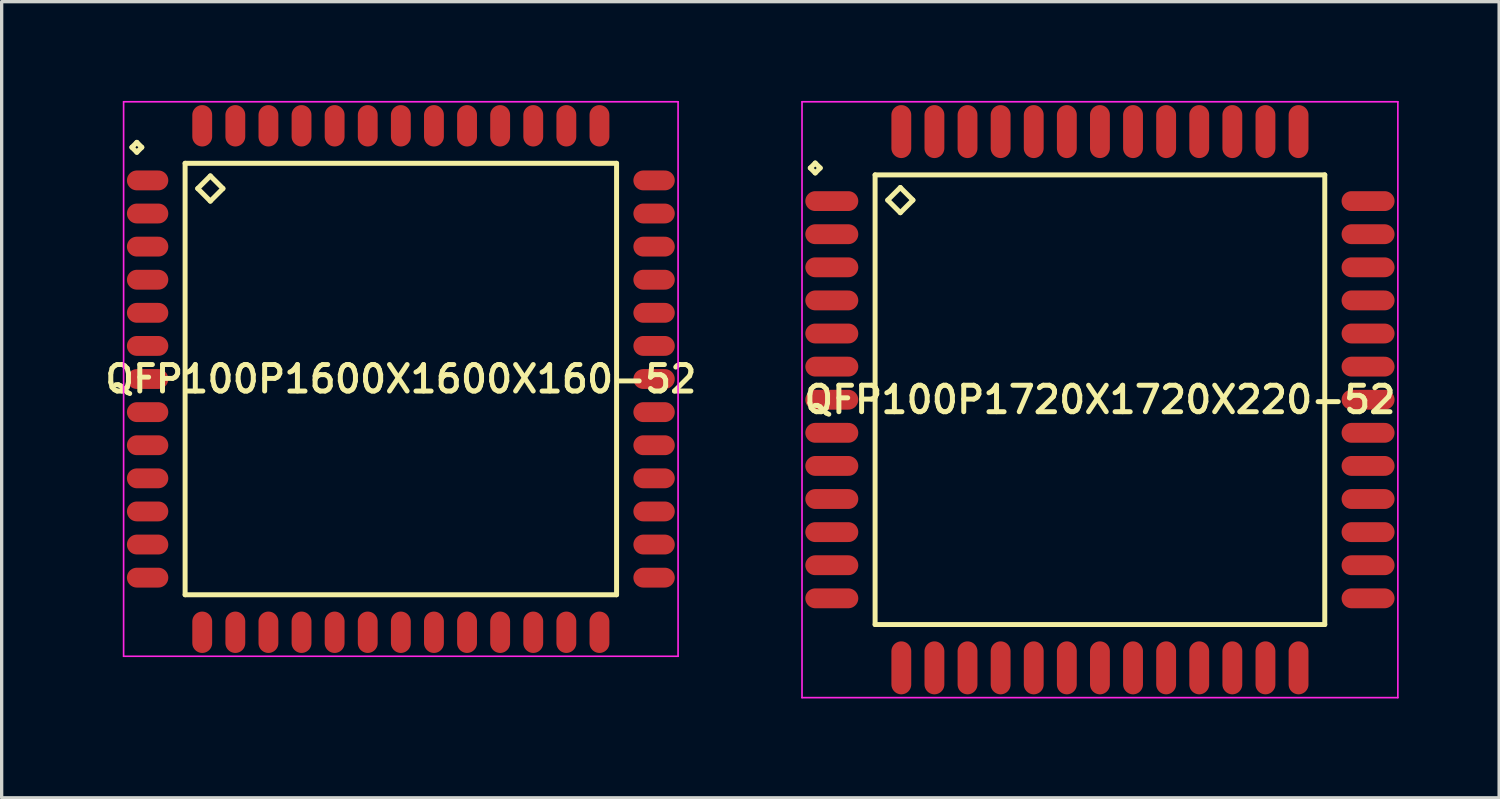
<source format=kicad_pcb>
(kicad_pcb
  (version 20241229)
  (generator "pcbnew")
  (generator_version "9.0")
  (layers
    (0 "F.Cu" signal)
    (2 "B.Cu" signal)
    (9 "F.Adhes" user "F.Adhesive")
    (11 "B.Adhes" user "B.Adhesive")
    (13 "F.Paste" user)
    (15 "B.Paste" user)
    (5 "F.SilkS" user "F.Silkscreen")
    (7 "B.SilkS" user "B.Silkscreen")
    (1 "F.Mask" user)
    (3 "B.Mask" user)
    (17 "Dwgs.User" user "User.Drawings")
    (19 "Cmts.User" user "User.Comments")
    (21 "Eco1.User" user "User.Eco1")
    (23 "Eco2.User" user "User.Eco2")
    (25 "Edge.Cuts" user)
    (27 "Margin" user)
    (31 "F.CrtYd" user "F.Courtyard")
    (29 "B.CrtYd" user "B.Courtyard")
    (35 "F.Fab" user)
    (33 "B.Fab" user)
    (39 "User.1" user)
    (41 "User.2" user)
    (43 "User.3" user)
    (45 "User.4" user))
  (footprint "QFP100P1600X1600X160-52"
    (layer "F.Cu")
    (at 9.059 8.4)
    (property "Reference" "QFP100P1600X1600X160-52" (at 0 0 0) (layer "F.SilkS") (effects (font (size 0.8 0.8) (thickness 0.15))))
    (attr smd)
    (fp_line (start -8.125 -7) (end -7.975 -7.15) (stroke (width 0.15) (type solid)) (layer "F.SilkS"))
    (fp_line (start -7.975 -7.15) (end -7.825 -7) (stroke (width 0.15) (type solid)) (layer "F.SilkS"))
    (fp_line (start -7.975 -6.85) (end -8.125 -7) (stroke (width 0.15) (type solid)) (layer "F.SilkS"))
    (fp_line (start -7.825 -7) (end -7.975 -6.85) (stroke (width 0.15) (type solid)) (layer "F.SilkS"))
    (fp_line (start -6.517 -6.517) (end -6.517 6.517) (stroke (width 0.15) (type solid)) (layer "F.SilkS"))
    (fp_line (start -6.517 6.517) (end 6.517 6.517) (stroke (width 0.15) (type solid)) (layer "F.SilkS"))
    (fp_line (start -6.136 -5.755) (end -5.755 -6.136) (stroke (width 0.15) (type solid)) (layer "F.SilkS"))
    (fp_line (start -5.755 -6.136) (end -5.374 -5.755) (stroke (width 0.15) (type solid)) (layer "F.SilkS"))
    (fp_line (start -5.755 -5.374) (end -6.136 -5.755) (stroke (width 0.15) (type solid)) (layer "F.SilkS"))
    (fp_line (start -5.374 -5.755) (end -5.755 -5.374) (stroke (width 0.15) (type solid)) (layer "F.SilkS"))
    (fp_line (start 6.517 -6.517) (end -6.517 -6.517) (stroke (width 0.15) (type solid)) (layer "F.SilkS"))
    (fp_line (start 6.517 6.517) (end 6.517 -6.517) (stroke (width 0.15) (type solid)) (layer "F.SilkS"))
    (fp_line (start -8.375 -8.375) (end 8.375 -8.375) (stroke (width 0.05) (type solid)) (layer "F.CrtYd"))
    (fp_line (start -8.375 8.375) (end -8.375 -8.375) (stroke (width 0.05) (type solid)) (layer "F.CrtYd"))
    (fp_line (start 8.375 -8.375) (end 8.375 8.375) (stroke (width 0.05) (type solid)) (layer "F.CrtYd"))
    (fp_line (start 8.375 8.375) (end -8.375 8.375) (stroke (width 0.05) (type solid)) (layer "F.CrtYd"))
    (pad "1" smd oval (at -7.65 -6) (size 1.25 0.6) (layers "F.Cu" "F.Mask" "F.Paste"))
    (pad "2" smd oval (at -7.65 -5) (size 1.25 0.6) (layers "F.Cu" "F.Mask" "F.Paste"))
    (pad "3" smd oval (at -7.65 -4) (size 1.25 0.6) (layers "F.Cu" "F.Mask" "F.Paste"))
    (pad "4" smd oval (at -7.65 -3) (size 1.25 0.6) (layers "F.Cu" "F.Mask" "F.Paste"))
    (pad "5" smd oval (at -7.65 -2) (size 1.25 0.6) (layers "F.Cu" "F.Mask" "F.Paste"))
    (pad "6" smd oval (at -7.65 -1) (size 1.25 0.6) (layers "F.Cu" "F.Mask" "F.Paste"))
    (pad "7" smd oval (at -7.65 0) (size 1.25 0.6) (layers "F.Cu" "F.Mask" "F.Paste"))
    (pad "8" smd oval (at -7.65 1) (size 1.25 0.6) (layers "F.Cu" "F.Mask" "F.Paste"))
    (pad "9" smd oval (at -7.65 2) (size 1.25 0.6) (layers "F.Cu" "F.Mask" "F.Paste"))
    (pad "10" smd oval (at -7.65 3) (size 1.25 0.6) (layers "F.Cu" "F.Mask" "F.Paste"))
    (pad "11" smd oval (at -7.65 4) (size 1.25 0.6) (layers "F.Cu" "F.Mask" "F.Paste"))
    (pad "12" smd oval (at -7.65 5) (size 1.25 0.6) (layers "F.Cu" "F.Mask" "F.Paste"))
    (pad "13" smd oval (at -7.65 6) (size 1.25 0.6) (layers "F.Cu" "F.Mask" "F.Paste"))
    (pad "14" smd oval (at -6 7.65) (size 0.6 1.25) (layers "F.Cu" "F.Mask" "F.Paste"))
    (pad "15" smd oval (at -5 7.65) (size 0.6 1.25) (layers "F.Cu" "F.Mask" "F.Paste"))
    (pad "16" smd oval (at -4 7.65) (size 0.6 1.25) (layers "F.Cu" "F.Mask" "F.Paste"))
    (pad "17" smd oval (at -3 7.65) (size 0.6 1.25) (layers "F.Cu" "F.Mask" "F.Paste"))
    (pad "18" smd oval (at -2 7.65) (size 0.6 1.25) (layers "F.Cu" "F.Mask" "F.Paste"))
    (pad "19" smd oval (at -1 7.65) (size 0.6 1.25) (layers "F.Cu" "F.Mask" "F.Paste"))
    (pad "20" smd oval (at 0 7.65) (size 0.6 1.25) (layers "F.Cu" "F.Mask" "F.Paste"))
    (pad "21" smd oval (at 1 7.65) (size 0.6 1.25) (layers "F.Cu" "F.Mask" "F.Paste"))
    (pad "22" smd oval (at 2 7.65) (size 0.6 1.25) (layers "F.Cu" "F.Mask" "F.Paste"))
    (pad "23" smd oval (at 3 7.65) (size 0.6 1.25) (layers "F.Cu" "F.Mask" "F.Paste"))
    (pad "24" smd oval (at 4 7.65) (size 0.6 1.25) (layers "F.Cu" "F.Mask" "F.Paste"))
    (pad "25" smd oval (at 5 7.65) (size 0.6 1.25) (layers "F.Cu" "F.Mask" "F.Paste"))
    (pad "26" smd oval (at 6 7.65) (size 0.6 1.25) (layers "F.Cu" "F.Mask" "F.Paste"))
    (pad "27" smd oval (at 7.65 6) (size 1.25 0.6) (layers "F.Cu" "F.Mask" "F.Paste"))
    (pad "28" smd oval (at 7.65 5) (size 1.25 0.6) (layers "F.Cu" "F.Mask" "F.Paste"))
    (pad "29" smd oval (at 7.65 4) (size 1.25 0.6) (layers "F.Cu" "F.Mask" "F.Paste"))
    (pad "30" smd oval (at 7.65 3) (size 1.25 0.6) (layers "F.Cu" "F.Mask" "F.Paste"))
    (pad "31" smd oval (at 7.65 2) (size 1.25 0.6) (layers "F.Cu" "F.Mask" "F.Paste"))
    (pad "32" smd oval (at 7.65 1) (size 1.25 0.6) (layers "F.Cu" "F.Mask" "F.Paste"))
    (pad "33" smd oval (at 7.65 0) (size 1.25 0.6) (layers "F.Cu" "F.Mask" "F.Paste"))
    (pad "34" smd oval (at 7.65 -1) (size 1.25 0.6) (layers "F.Cu" "F.Mask" "F.Paste"))
    (pad "35" smd oval (at 7.65 -2) (size 1.25 0.6) (layers "F.Cu" "F.Mask" "F.Paste"))
    (pad "36" smd oval (at 7.65 -3) (size 1.25 0.6) (layers "F.Cu" "F.Mask" "F.Paste"))
    (pad "37" smd oval (at 7.65 -4) (size 1.25 0.6) (layers "F.Cu" "F.Mask" "F.Paste"))
    (pad "38" smd oval (at 7.65 -5) (size 1.25 0.6) (layers "F.Cu" "F.Mask" "F.Paste"))
    (pad "39" smd oval (at 7.65 -6) (size 1.25 0.6) (layers "F.Cu" "F.Mask" "F.Paste"))
    (pad "40" smd oval (at 6 -7.65) (size 0.6 1.25) (layers "F.Cu" "F.Mask" "F.Paste"))
    (pad "41" smd oval (at 5 -7.65) (size 0.6 1.25) (layers "F.Cu" "F.Mask" "F.Paste"))
    (pad "42" smd oval (at 4 -7.65) (size 0.6 1.25) (layers "F.Cu" "F.Mask" "F.Paste"))
    (pad "43" smd oval (at 3 -7.65) (size 0.6 1.25) (layers "F.Cu" "F.Mask" "F.Paste"))
    (pad "44" smd oval (at 2 -7.65) (size 0.6 1.25) (layers "F.Cu" "F.Mask" "F.Paste"))
    (pad "45" smd oval (at 1 -7.65) (size 0.6 1.25) (layers "F.Cu" "F.Mask" "F.Paste"))
    (pad "46" smd oval (at 0 -7.65) (size 0.6 1.25) (layers "F.Cu" "F.Mask" "F.Paste"))
    (pad "47" smd oval (at -1 -7.65) (size 0.6 1.25) (layers "F.Cu" "F.Mask" "F.Paste"))
    (pad "48" smd oval (at -2 -7.65) (size 0.6 1.25) (layers "F.Cu" "F.Mask" "F.Paste"))
    (pad "49" smd oval (at -3 -7.65) (size 0.6 1.25) (layers "F.Cu" "F.Mask" "F.Paste"))
    (pad "50" smd oval (at -4 -7.65) (size 0.6 1.25) (layers "F.Cu" "F.Mask" "F.Paste"))
    (pad "51" smd oval (at -5 -7.65) (size 0.6 1.25) (layers "F.Cu" "F.Mask" "F.Paste"))
    (pad "52" smd oval (at -6 -7.65) (size 0.6 1.25) (layers "F.Cu" "F.Mask" "F.Paste")))
  (footprint "QFP100P1720X1720X220-52"
    (layer "F.Cu")
    (at 30.178 9.025)
    (property "Reference" "QFP100P1720X1720X220-52" (at 0 0 0) (layer "F.SilkS") (effects (font (size 0.8 0.8) (thickness 0.15))))
    (attr smd)
    (fp_line (start -8.75 -7) (end -8.6 -7.15) (stroke (width 0.15) (type solid)) (layer "F.SilkS"))
    (fp_line (start -8.6 -7.15) (end -8.45 -7) (stroke (width 0.15) (type solid)) (layer "F.SilkS"))
    (fp_line (start -8.6 -6.85) (end -8.75 -7) (stroke (width 0.15) (type solid)) (layer "F.SilkS"))
    (fp_line (start -8.45 -7) (end -8.6 -6.85) (stroke (width 0.15) (type solid)) (layer "F.SilkS"))
    (fp_line (start -6.792 -6.792) (end -6.792 6.792) (stroke (width 0.15) (type solid)) (layer "F.SilkS"))
    (fp_line (start -6.792 6.792) (end 6.792 6.792) (stroke (width 0.15) (type solid)) (layer "F.SilkS"))
    (fp_line (start -6.411 -6.03) (end -6.03 -6.411) (stroke (width 0.15) (type solid)) (layer "F.SilkS"))
    (fp_line (start -6.03 -6.411) (end -5.649 -6.03) (stroke (width 0.15) (type solid)) (layer "F.SilkS"))
    (fp_line (start -6.03 -5.649) (end -6.411 -6.03) (stroke (width 0.15) (type solid)) (layer "F.SilkS"))
    (fp_line (start -5.649 -6.03) (end -6.03 -5.649) (stroke (width 0.15) (type solid)) (layer "F.SilkS"))
    (fp_line (start 6.792 -6.792) (end -6.792 -6.792) (stroke (width 0.15) (type solid)) (layer "F.SilkS"))
    (fp_line (start 6.792 6.792) (end 6.792 -6.792) (stroke (width 0.15) (type solid)) (layer "F.SilkS"))
    (fp_line (start -9 -9) (end 9 -9) (stroke (width 0.05) (type solid)) (layer "F.CrtYd"))
    (fp_line (start -9 9) (end -9 -9) (stroke (width 0.05) (type solid)) (layer "F.CrtYd"))
    (fp_line (start 9 -9) (end 9 9) (stroke (width 0.05) (type solid)) (layer "F.CrtYd"))
    (fp_line (start 9 9) (end -9 9) (stroke (width 0.05) (type solid)) (layer "F.CrtYd"))
    (pad "1" smd oval (at -8.1 -6) (size 1.6 0.6) (layers "F.Cu" "F.Mask" "F.Paste"))
    (pad "2" smd oval (at -8.1 -5) (size 1.6 0.6) (layers "F.Cu" "F.Mask" "F.Paste"))
    (pad "3" smd oval (at -8.1 -4) (size 1.6 0.6) (layers "F.Cu" "F.Mask" "F.Paste"))
    (pad "4" smd oval (at -8.1 -3) (size 1.6 0.6) (layers "F.Cu" "F.Mask" "F.Paste"))
    (pad "5" smd oval (at -8.1 -2) (size 1.6 0.6) (layers "F.Cu" "F.Mask" "F.Paste"))
    (pad "6" smd oval (at -8.1 -1) (size 1.6 0.6) (layers "F.Cu" "F.Mask" "F.Paste"))
    (pad "7" smd oval (at -8.1 0) (size 1.6 0.6) (layers "F.Cu" "F.Mask" "F.Paste"))
    (pad "8" smd oval (at -8.1 1) (size 1.6 0.6) (layers "F.Cu" "F.Mask" "F.Paste"))
    (pad "9" smd oval (at -8.1 2) (size 1.6 0.6) (layers "F.Cu" "F.Mask" "F.Paste"))
    (pad "10" smd oval (at -8.1 3) (size 1.6 0.6) (layers "F.Cu" "F.Mask" "F.Paste"))
    (pad "11" smd oval (at -8.1 4) (size 1.6 0.6) (layers "F.Cu" "F.Mask" "F.Paste"))
    (pad "12" smd oval (at -8.1 5) (size 1.6 0.6) (layers "F.Cu" "F.Mask" "F.Paste"))
    (pad "13" smd oval (at -8.1 6) (size 1.6 0.6) (layers "F.Cu" "F.Mask" "F.Paste"))
    (pad "14" smd oval (at -6 8.1) (size 0.6 1.6) (layers "F.Cu" "F.Mask" "F.Paste"))
    (pad "15" smd oval (at -5 8.1) (size 0.6 1.6) (layers "F.Cu" "F.Mask" "F.Paste"))
    (pad "16" smd oval (at -4 8.1) (size 0.6 1.6) (layers "F.Cu" "F.Mask" "F.Paste"))
    (pad "17" smd oval (at -3 8.1) (size 0.6 1.6) (layers "F.Cu" "F.Mask" "F.Paste"))
    (pad "18" smd oval (at -2 8.1) (size 0.6 1.6) (layers "F.Cu" "F.Mask" "F.Paste"))
    (pad "19" smd oval (at -1 8.1) (size 0.6 1.6) (layers "F.Cu" "F.Mask" "F.Paste"))
    (pad "20" smd oval (at 0 8.1) (size 0.6 1.6) (layers "F.Cu" "F.Mask" "F.Paste"))
    (pad "21" smd oval (at 1 8.1) (size 0.6 1.6) (layers "F.Cu" "F.Mask" "F.Paste"))
    (pad "22" smd oval (at 2 8.1) (size 0.6 1.6) (layers "F.Cu" "F.Mask" "F.Paste"))
    (pad "23" smd oval (at 3 8.1) (size 0.6 1.6) (layers "F.Cu" "F.Mask" "F.Paste"))
    (pad "24" smd oval (at 4 8.1) (size 0.6 1.6) (layers "F.Cu" "F.Mask" "F.Paste"))
    (pad "25" smd oval (at 5 8.1) (size 0.6 1.6) (layers "F.Cu" "F.Mask" "F.Paste"))
    (pad "26" smd oval (at 6 8.1) (size 0.6 1.6) (layers "F.Cu" "F.Mask" "F.Paste"))
    (pad "27" smd oval (at 8.1 6) (size 1.6 0.6) (layers "F.Cu" "F.Mask" "F.Paste"))
    (pad "28" smd oval (at 8.1 5) (size 1.6 0.6) (layers "F.Cu" "F.Mask" "F.Paste"))
    (pad "29" smd oval (at 8.1 4) (size 1.6 0.6) (layers "F.Cu" "F.Mask" "F.Paste"))
    (pad "30" smd oval (at 8.1 3) (size 1.6 0.6) (layers "F.Cu" "F.Mask" "F.Paste"))
    (pad "31" smd oval (at 8.1 2) (size 1.6 0.6) (layers "F.Cu" "F.Mask" "F.Paste"))
    (pad "32" smd oval (at 8.1 1) (size 1.6 0.6) (layers "F.Cu" "F.Mask" "F.Paste"))
    (pad "33" smd oval (at 8.1 0) (size 1.6 0.6) (layers "F.Cu" "F.Mask" "F.Paste"))
    (pad "34" smd oval (at 8.1 -1) (size 1.6 0.6) (layers "F.Cu" "F.Mask" "F.Paste"))
    (pad "35" smd oval (at 8.1 -2) (size 1.6 0.6) (layers "F.Cu" "F.Mask" "F.Paste"))
    (pad "36" smd oval (at 8.1 -3) (size 1.6 0.6) (layers "F.Cu" "F.Mask" "F.Paste"))
    (pad "37" smd oval (at 8.1 -4) (size 1.6 0.6) (layers "F.Cu" "F.Mask" "F.Paste"))
    (pad "38" smd oval (at 8.1 -5) (size 1.6 0.6) (layers "F.Cu" "F.Mask" "F.Paste"))
    (pad "39" smd oval (at 8.1 -6) (size 1.6 0.6) (layers "F.Cu" "F.Mask" "F.Paste"))
    (pad "40" smd oval (at 6 -8.1) (size 0.6 1.6) (layers "F.Cu" "F.Mask" "F.Paste"))
    (pad "41" smd oval (at 5 -8.1) (size 0.6 1.6) (layers "F.Cu" "F.Mask" "F.Paste"))
    (pad "42" smd oval (at 4 -8.1) (size 0.6 1.6) (layers "F.Cu" "F.Mask" "F.Paste"))
    (pad "43" smd oval (at 3 -8.1) (size 0.6 1.6) (layers "F.Cu" "F.Mask" "F.Paste"))
    (pad "44" smd oval (at 2 -8.1) (size 0.6 1.6) (layers "F.Cu" "F.Mask" "F.Paste"))
    (pad "45" smd oval (at 1 -8.1) (size 0.6 1.6) (layers "F.Cu" "F.Mask" "F.Paste"))
    (pad "46" smd oval (at 0 -8.1) (size 0.6 1.6) (layers "F.Cu" "F.Mask" "F.Paste"))
    (pad "47" smd oval (at -1 -8.1) (size 0.6 1.6) (layers "F.Cu" "F.Mask" "F.Paste"))
    (pad "48" smd oval (at -2 -8.1) (size 0.6 1.6) (layers "F.Cu" "F.Mask" "F.Paste"))
    (pad "49" smd oval (at -3 -8.1) (size 0.6 1.6) (layers "F.Cu" "F.Mask" "F.Paste"))
    (pad "50" smd oval (at -4 -8.1) (size 0.6 1.6) (layers "F.Cu" "F.Mask" "F.Paste"))
    (pad "51" smd oval (at -5 -8.1) (size 0.6 1.6) (layers "F.Cu" "F.Mask" "F.Paste"))
    (pad "52" smd oval (at -6 -8.1) (size 0.6 1.6) (layers "F.Cu" "F.Mask" "F.Paste")))
  (gr_rect
    (start -3 -3)
    (end 42.237 21.05)
    (stroke (width 0.1) (type default))
    (fill no)
    (layer "Edge.Cuts")))
</source>
